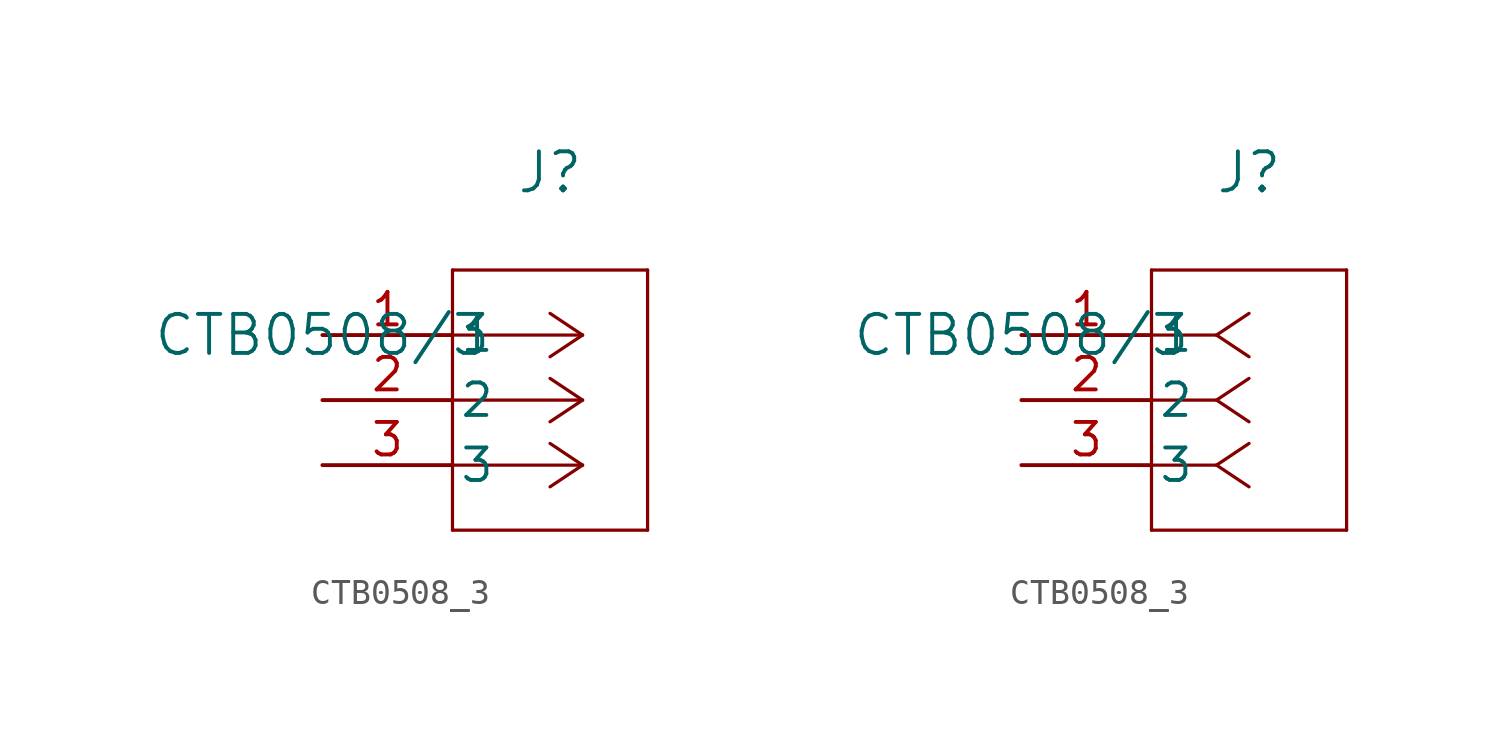
<source format=kicad_sym>
(kicad_symbol_lib
  (version 20211014)
  (generator kicad_symbol_editor)
  (symbol "CTB0508_3"
    (pin_names
      (offset 0.254))
    (property "Reference" "J"
      (at 8.89 6.35 0)
      (effects (font (size 1.524 1.524))))
    (property "Value" "CTB0508/3"
      (at 0 0 0)
      (effects (font (size 1.524 1.524))))
    (symbol "CTB0508_3_1_1"
      (polyline (pts (xy 10.16 0) (xy 5.08 0)) (stroke (width 0.127) (type default) (color 0 0 0 0)) (fill (type none)))
      (polyline (pts (xy 10.16 -2.54) (xy 5.08 -2.54)) (stroke (width 0.127) (type default) (color 0 0 0 0)) (fill (type none)))
      (polyline (pts (xy 10.16 -5.08) (xy 5.08 -5.08)) (stroke (width 0.127) (type default) (color 0 0 0 0)) (fill (type none)))
      (polyline (pts (xy 10.16 0) (xy 8.89 0.847)) (stroke (width 0.127) (type default) (color 0 0 0 0)) (fill (type none)))
      (polyline (pts (xy 10.16 -2.54) (xy 8.89 -1.693)) (stroke (width 0.127) (type default) (color 0 0 0 0)) (fill (type none)))
      (polyline (pts (xy 10.16 -5.08) (xy 8.89 -4.233)) (stroke (width 0.127) (type default) (color 0 0 0 0)) (fill (type none)))
      (polyline (pts (xy 10.16 0) (xy 8.89 -0.847)) (stroke (width 0.127) (type default) (color 0 0 0 0)) (fill (type none)))
      (polyline (pts (xy 10.16 -2.54) (xy 8.89 -3.387)) (stroke (width 0.127) (type default) (color 0 0 0 0)) (fill (type none)))
      (polyline (pts (xy 10.16 -5.08) (xy 8.89 -5.927)) (stroke (width 0.127) (type default) (color 0 0 0 0)) (fill (type none)))
      (polyline (pts (xy 5.08 2.54) (xy 5.08 -7.62)) (stroke (width 0.127) (type default) (color 0 0 0 0)) (fill (type none)))
      (polyline (pts (xy 5.08 -7.62) (xy 12.7 -7.62)) (stroke (width 0.127) (type default) (color 0 0 0 0)) (fill (type none)))
      (polyline (pts (xy 12.7 -7.62) (xy 12.7 2.54)) (stroke (width 0.127) (type default) (color 0 0 0 0)) (fill (type none)))
      (polyline (pts (xy 12.7 2.54) (xy 5.08 2.54)) (stroke (width 0.127) (type default) (color 0 0 0 0)) (fill (type none)))
      (pin unspecified line (at 0 0 0) (length 5.08) (name "1" (effects (font (size 1.27 1.27)))) (number "1" (effects (font (size 1.27 1.27)))))
      (pin unspecified line (at 0 -2.54 0) (length 5.08) (name "2" (effects (font (size 1.27 1.27)))) (number "2" (effects (font (size 1.27 1.27)))))
      (pin unspecified line (at 0 -5.08 0) (length 5.08) (name "3" (effects (font (size 1.27 1.27)))) (number "3" (effects (font (size 1.27 1.27))))))
    (symbol "CTB0508_3_1_2"
      (polyline (pts (xy 7.62 0) (xy 5.08 0)) (stroke (width 0.127) (type default) (color 0 0 0 0)) (fill (type none)))
      (polyline (pts (xy 7.62 -2.54) (xy 5.08 -2.54)) (stroke (width 0.127) (type default) (color 0 0 0 0)) (fill (type none)))
      (polyline (pts (xy 7.62 -5.08) (xy 5.08 -5.08)) (stroke (width 0.127) (type default) (color 0 0 0 0)) (fill (type none)))
      (polyline (pts (xy 7.62 0) (xy 8.89 0.847)) (stroke (width 0.127) (type default) (color 0 0 0 0)) (fill (type none)))
      (polyline (pts (xy 7.62 -2.54) (xy 8.89 -1.693)) (stroke (width 0.127) (type default) (color 0 0 0 0)) (fill (type none)))
      (polyline (pts (xy 7.62 -5.08) (xy 8.89 -4.233)) (stroke (width 0.127) (type default) (color 0 0 0 0)) (fill (type none)))
      (polyline (pts (xy 7.62 0) (xy 8.89 -0.847)) (stroke (width 0.127) (type default) (color 0 0 0 0)) (fill (type none)))
      (polyline (pts (xy 7.62 -2.54) (xy 8.89 -3.387)) (stroke (width 0.127) (type default) (color 0 0 0 0)) (fill (type none)))
      (polyline (pts (xy 7.62 -5.08) (xy 8.89 -5.927)) (stroke (width 0.127) (type default) (color 0 0 0 0)) (fill (type none)))
      (polyline (pts (xy 5.08 2.54) (xy 5.08 -7.62)) (stroke (width 0.127) (type default) (color 0 0 0 0)) (fill (type none)))
      (polyline (pts (xy 5.08 -7.62) (xy 12.7 -7.62)) (stroke (width 0.127) (type default) (color 0 0 0 0)) (fill (type none)))
      (polyline (pts (xy 12.7 -7.62) (xy 12.7 2.54)) (stroke (width 0.127) (type default) (color 0 0 0 0)) (fill (type none)))
      (polyline (pts (xy 12.7 2.54) (xy 5.08 2.54)) (stroke (width 0.127) (type default) (color 0 0 0 0)) (fill (type none)))
      (pin unspecified line (at 0 0 0) (length 5.08) (name "1" (effects (font (size 1.27 1.27)))) (number "1" (effects (font (size 1.27 1.27)))))
      (pin unspecified line (at 0 -2.54 0) (length 5.08) (name "2" (effects (font (size 1.27 1.27)))) (number "2" (effects (font (size 1.27 1.27)))))
      (pin unspecified line (at 0 -5.08 0) (length 5.08) (name "3" (effects (font (size 1.27 1.27)))) (number "3" (effects (font (size 1.27 1.27))))))))
</source>
